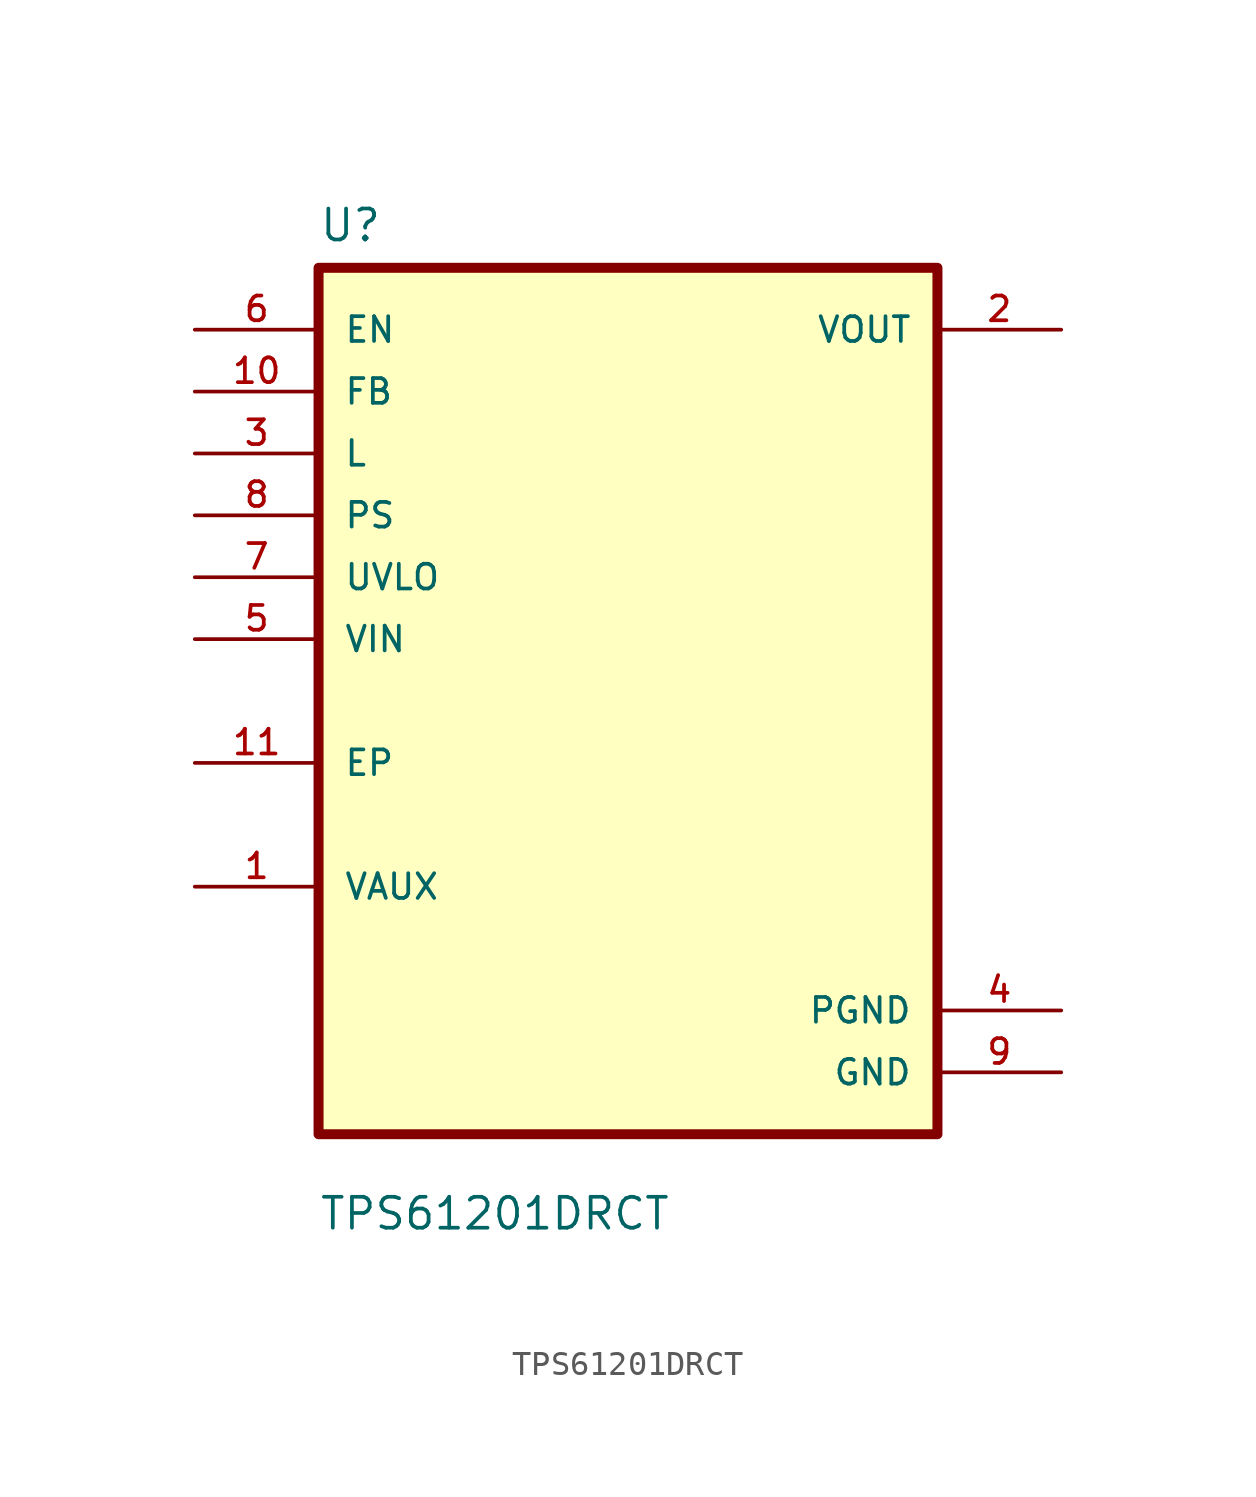
<source format=kicad_sym>
(kicad_symbol_lib
  (version 20211014)
  (generator kicad_symbol_editor)
  (symbol "TPS61201DRCT"
    (pin_names
      (offset 1.016))
    (property "Reference" "U"
      (at -12.7 18.78 0.0)
      (effects (font (size 1.27 1.27)) (justify bottom left)))
    (property "Value" "TPS61201DRCT"
      (at -12.7 -21.78 0.0)
      (effects (font (size 1.27 1.27)) (justify bottom left)))
    (symbol "TPS61201DRCT_0_0"
      (rectangle (start -12.7 -17.78) (end 12.7 17.78) (stroke (width 0.41)) (fill (type background)))
      (pin input line (at -17.78 15.24 0) (length 5.08) (name "EN" (effects (font (size 1.016 1.016)))) (number "6" (effects (font (size 1.016 1.016)))))
      (pin input line (at -17.78 12.7 0) (length 5.08) (name "FB" (effects (font (size 1.016 1.016)))) (number "10" (effects (font (size 1.016 1.016)))))
      (pin input line (at -17.78 10.16 0) (length 5.08) (name "L" (effects (font (size 1.016 1.016)))) (number "3" (effects (font (size 1.016 1.016)))))
      (pin input line (at -17.78 7.62 0) (length 5.08) (name "PS" (effects (font (size 1.016 1.016)))) (number "8" (effects (font (size 1.016 1.016)))))
      (pin input line (at -17.78 5.08 0) (length 5.08) (name "UVLO" (effects (font (size 1.016 1.016)))) (number "7" (effects (font (size 1.016 1.016)))))
      (pin input line (at -17.78 2.54 0) (length 5.08) (name "VIN" (effects (font (size 1.016 1.016)))) (number "5" (effects (font (size 1.016 1.016)))))
      (pin bidirectional line (at -17.78 -2.54 0) (length 5.08) (name "EP" (effects (font (size 1.016 1.016)))) (number "11" (effects (font (size 1.016 1.016)))))
      (pin bidirectional line (at -17.78 -7.62 0) (length 5.08) (name "VAUX" (effects (font (size 1.016 1.016)))) (number "1" (effects (font (size 1.016 1.016)))))
      (pin output line (at 17.78 15.24 180.0) (length 5.08) (name "VOUT" (effects (font (size 1.016 1.016)))) (number "2" (effects (font (size 1.016 1.016)))))
      (pin power_in line (at 17.78 -12.7 180.0) (length 5.08) (name "PGND" (effects (font (size 1.016 1.016)))) (number "4" (effects (font (size 1.016 1.016)))))
      (pin power_in line (at 17.78 -15.24 180.0) (length 5.08) (name "GND" (effects (font (size 1.016 1.016)))) (number "9" (effects (font (size 1.016 1.016))))))))
</source>
